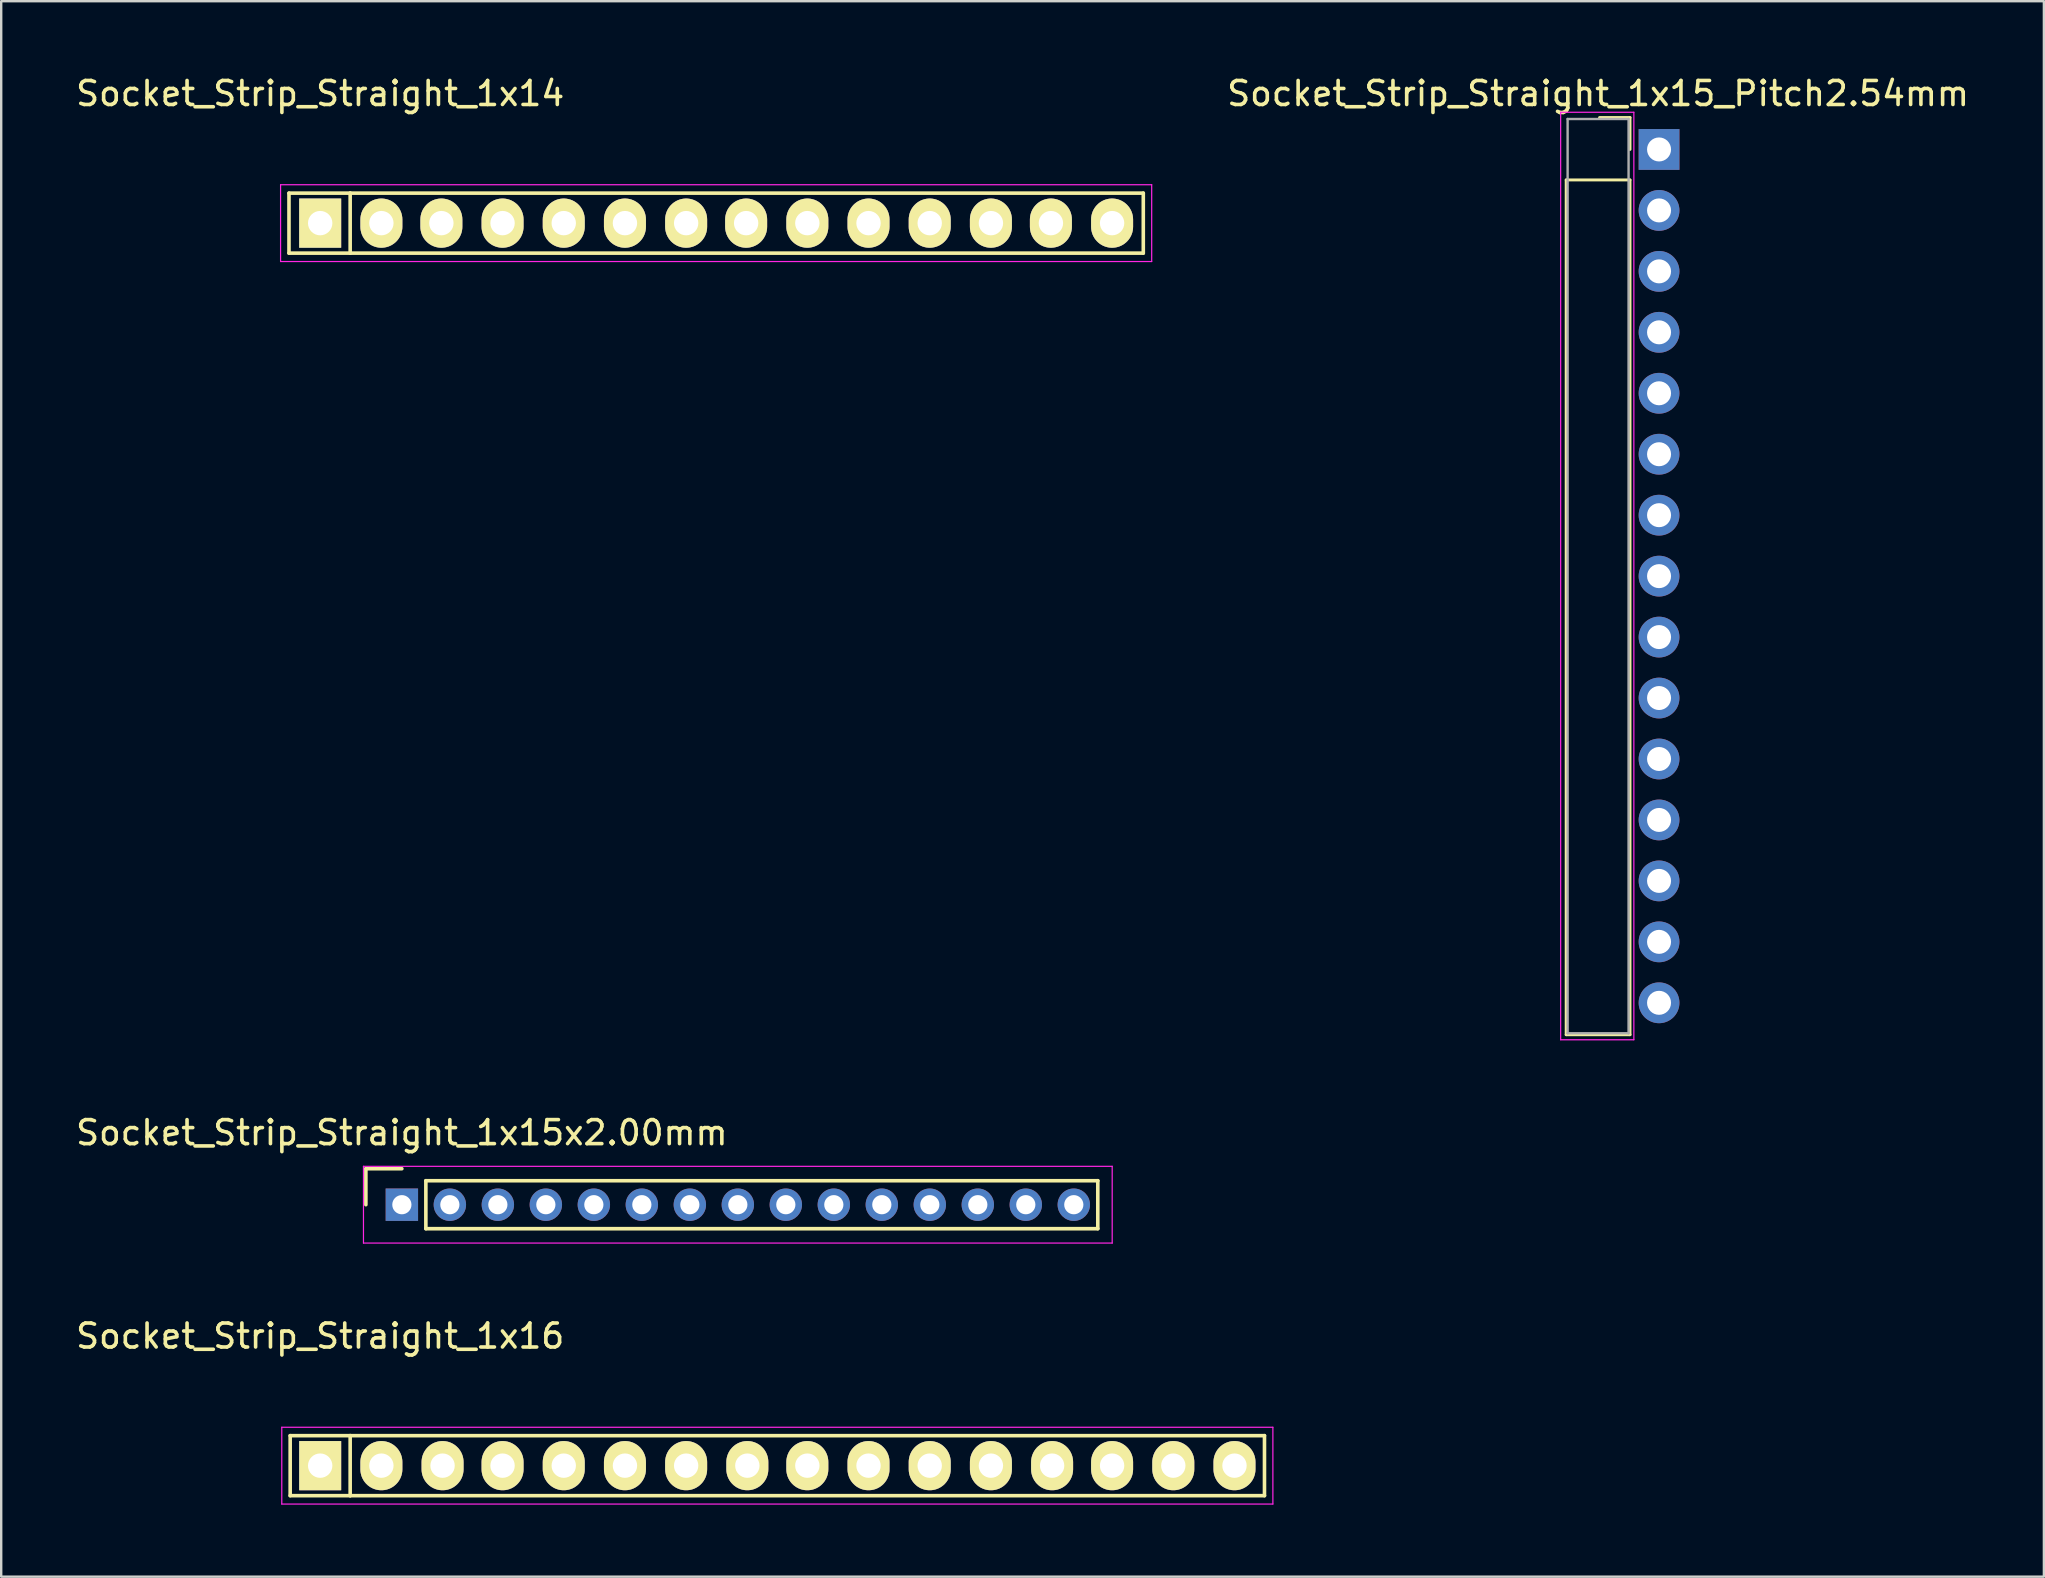
<source format=kicad_pcb>
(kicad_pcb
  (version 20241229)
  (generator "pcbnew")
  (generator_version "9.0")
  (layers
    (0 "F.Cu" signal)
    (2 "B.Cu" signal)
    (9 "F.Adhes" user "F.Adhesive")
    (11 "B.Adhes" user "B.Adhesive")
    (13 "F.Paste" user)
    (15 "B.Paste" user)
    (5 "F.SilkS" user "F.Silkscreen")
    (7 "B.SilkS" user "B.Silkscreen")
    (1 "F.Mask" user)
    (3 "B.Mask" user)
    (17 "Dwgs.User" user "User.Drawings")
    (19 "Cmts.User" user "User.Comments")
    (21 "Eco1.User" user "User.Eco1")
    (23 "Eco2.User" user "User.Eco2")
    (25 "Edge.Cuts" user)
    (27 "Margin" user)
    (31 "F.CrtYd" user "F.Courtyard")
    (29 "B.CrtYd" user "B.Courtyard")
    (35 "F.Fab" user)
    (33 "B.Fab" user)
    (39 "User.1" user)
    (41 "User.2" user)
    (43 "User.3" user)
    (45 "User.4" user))
  (footprint "Socket_Strip_Straight_1x14"
    (layer "F.Cu")
    (at 10.292 6.248)
    (property "Reference" "Socket_Strip_Straight_1x14" (at 0 -5.4 0) (layer "F.SilkS") (effects (font (size 1 1) (thickness 0.15))))
    (attr through_hole)
    (fp_line (start -1.3 -1.25) (end 1.25 -1.25) (stroke (width 0.15) (type solid)) (layer "F.SilkS"))
    (fp_line (start -1.3 1.25) (end -1.3 -1.25) (stroke (width 0.15) (type solid)) (layer "F.SilkS"))
    (fp_line (start -1.3 1.25) (end 1.25 1.25) (stroke (width 0.15) (type solid)) (layer "F.SilkS"))
    (fp_line (start 1.25 -1.25) (end 34.3 -1.25) (stroke (width 0.15) (type solid)) (layer "F.SilkS"))
    (fp_line (start 1.25 1.25) (end 1.25 -1.25) (stroke (width 0.15) (type solid)) (layer "F.SilkS"))
    (fp_line (start 34.3 -1.25) (end 34.3 1.25) (stroke (width 0.15) (type solid)) (layer "F.SilkS"))
    (fp_line (start 34.3 1.25) (end 1.25 1.25) (stroke (width 0.15) (type solid)) (layer "F.SilkS"))
    (fp_line (start -1.65 -1.6) (end -1.65 1.6) (stroke (width 0.05) (type solid)) (layer "F.CrtYd"))
    (fp_line (start -1.65 -1.6) (end 34.65 -1.6) (stroke (width 0.05) (type solid)) (layer "F.CrtYd"))
    (fp_line (start -1.65 1.6) (end 34.65 1.6) (stroke (width 0.05) (type solid)) (layer "F.CrtYd"))
    (fp_line (start 34.65 -1.6) (end 34.65 1.6) (stroke (width 0.05) (type solid)) (layer "F.CrtYd"))
    (pad "1" thru_hole rect (at 0 0) (size 1.75 2.05) (drill 1.016) (layers "*.Cu" "*.Mask" "F.SilkS"))
    (pad "2" thru_hole oval (at 2.55 0) (size 1.75 2.05) (drill 1.016) (layers "*.Cu" "*.Mask" "F.SilkS"))
    (pad "3" thru_hole oval (at 5.05 0) (size 1.75 2.05) (drill 1.016) (layers "*.Cu" "*.Mask" "F.SilkS"))
    (pad "4" thru_hole oval (at 7.6 0) (size 1.75 2.05) (drill 1.016) (layers "*.Cu" "*.Mask" "F.SilkS"))
    (pad "5" thru_hole oval (at 10.15 0) (size 1.75 2.05) (drill 1.016) (layers "*.Cu" "*.Mask" "F.SilkS"))
    (pad "6" thru_hole oval (at 12.7 0) (size 1.75 2.05) (drill 1.016) (layers "*.Cu" "*.Mask" "F.SilkS"))
    (pad "7" thru_hole oval (at 15.25 0) (size 1.75 2.05) (drill 1.016) (layers "*.Cu" "*.Mask" "F.SilkS"))
    (pad "8" thru_hole oval (at 17.75 0) (size 1.75 2.05) (drill 1.016) (layers "*.Cu" "*.Mask" "F.SilkS"))
    (pad "9" thru_hole oval (at 20.3 0) (size 1.75 2.05) (drill 1.016) (layers "*.Cu" "*.Mask" "F.SilkS"))
    (pad "10" thru_hole oval (at 22.85 0) (size 1.75 2.05) (drill 1.016) (layers "*.Cu" "*.Mask" "F.SilkS"))
    (pad "11" thru_hole oval (at 25.4 0) (size 1.75 2.05) (drill 1.016) (layers "*.Cu" "*.Mask" "F.SilkS"))
    (pad "12" thru_hole oval (at 27.95 0) (size 1.75 2.05) (drill 1.016) (layers "*.Cu" "*.Mask" "F.SilkS"))
    (pad "13" thru_hole oval (at 30.45 0) (size 1.75 2.05) (drill 1.016) (layers "*.Cu" "*.Mask" "F.SilkS"))
    (pad "14" thru_hole oval (at 33 0) (size 1.75 2.05) (drill 1.016) (layers "*.Cu" "*.Mask" "F.SilkS")))
  (footprint "Socket_Strip_Straight_1x15x2.00mm"
    (layer "F.Cu")
    (at 13.696 47.151)
    (property "Reference" "Socket_Strip_Straight_1x15x2.00mm" (at 0 -3 0) (layer "F.SilkS") (effects (font (size 1 1) (thickness 0.15))))
    (attr through_hole)
    (fp_line (start -1.5 -1.5) (end -1.5 0) (stroke (width 0.15) (type solid)) (layer "F.SilkS"))
    (fp_line (start 0 -1.5) (end -1.5 -1.5) (stroke (width 0.15) (type solid)) (layer "F.SilkS"))
    (fp_line (start 1 -1) (end 1 1) (stroke (width 0.15) (type solid)) (layer "F.SilkS"))
    (fp_line (start 1 1) (end 29 1) (stroke (width 0.15) (type solid)) (layer "F.SilkS"))
    (fp_line (start 29 -1) (end 1 -1) (stroke (width 0.15) (type solid)) (layer "F.SilkS"))
    (fp_line (start 29 1) (end 29 -1) (stroke (width 0.15) (type solid)) (layer "F.SilkS"))
    (fp_line (start -1.6 -1.6) (end -1.6 1.6) (stroke (width 0.05) (type solid)) (layer "F.CrtYd"))
    (fp_line (start -1.6 1.6) (end 29.6 1.6) (stroke (width 0.05) (type solid)) (layer "F.CrtYd"))
    (fp_line (start 29.6 -1.6) (end -1.6 -1.6) (stroke (width 0.05) (type solid)) (layer "F.CrtYd"))
    (fp_line (start 29.6 1.6) (end 29.6 -1.6) (stroke (width 0.05) (type solid)) (layer "F.CrtYd"))
    (pad "1" thru_hole rect (at 0 0) (size 1.35 1.35) (drill 0.8) (layers "*.Cu" "*.Mask"))
    (pad "2" thru_hole circle (at 2 0) (size 1.35 1.35) (drill 0.8) (layers "*.Cu" "*.Mask"))
    (pad "3" thru_hole circle (at 4 0) (size 1.35 1.35) (drill 0.8) (layers "*.Cu" "*.Mask"))
    (pad "4" thru_hole circle (at 6 0) (size 1.35 1.35) (drill 0.8) (layers "*.Cu" "*.Mask"))
    (pad "5" thru_hole circle (at 8 0) (size 1.35 1.35) (drill 0.8) (layers "*.Cu" "*.Mask"))
    (pad "6" thru_hole circle (at 10 0) (size 1.35 1.35) (drill 0.8) (layers "*.Cu" "*.Mask"))
    (pad "7" thru_hole circle (at 12 0) (size 1.35 1.35) (drill 0.8) (layers "*.Cu" "*.Mask"))
    (pad "8" thru_hole circle (at 14 0) (size 1.35 1.35) (drill 0.8) (layers "*.Cu" "*.Mask"))
    (pad "9" thru_hole circle (at 16 0) (size 1.35 1.35) (drill 0.8) (layers "*.Cu" "*.Mask"))
    (pad "10" thru_hole circle (at 18 0) (size 1.35 1.35) (drill 0.8) (layers "*.Cu" "*.Mask"))
    (pad "11" thru_hole circle (at 20 0) (size 1.35 1.35) (drill 0.8) (layers "*.Cu" "*.Mask"))
    (pad "12" thru_hole circle (at 22 0) (size 1.35 1.35) (drill 0.8) (layers "*.Cu" "*.Mask"))
    (pad "13" thru_hole circle (at 24 0) (size 1.35 1.35) (drill 0.8) (layers "*.Cu" "*.Mask"))
    (pad "14" thru_hole circle (at 26 0) (size 1.35 1.35) (drill 0.8) (layers "*.Cu" "*.Mask"))
    (pad "15" thru_hole circle (at 28 0) (size 1.35 1.35) (drill 0.8) (layers "*.Cu" "*.Mask")))
  (footprint "Socket_Strip_Straight_1x16"
    (layer "F.Cu")
    (at 10.292 58.025)
    (property "Reference" "Socket_Strip_Straight_1x16" (at 0 -5.4 0) (layer "F.SilkS") (effects (font (size 1 1) (thickness 0.15))))
    (attr through_hole)
    (fp_line (start -1.25 -1.25) (end 1.25 -1.25) (stroke (width 0.15) (type solid)) (layer "F.SilkS"))
    (fp_line (start -1.25 1.25) (end -1.25 -1.25) (stroke (width 0.15) (type solid)) (layer "F.SilkS"))
    (fp_line (start -1.25 1.25) (end 1.25 1.25) (stroke (width 0.15) (type solid)) (layer "F.SilkS"))
    (fp_line (start 1.25 -1.25) (end 39.35 -1.25) (stroke (width 0.15) (type solid)) (layer "F.SilkS"))
    (fp_line (start 1.25 1.25) (end 1.25 -1.25) (stroke (width 0.15) (type solid)) (layer "F.SilkS"))
    (fp_line (start 39.35 -1.25) (end 39.35 1.25) (stroke (width 0.15) (type solid)) (layer "F.SilkS"))
    (fp_line (start 39.35 1.25) (end 1.25 1.25) (stroke (width 0.15) (type solid)) (layer "F.SilkS"))
    (fp_line (start -1.6 -1.6) (end -1.6 1.6) (stroke (width 0.05) (type solid)) (layer "F.CrtYd"))
    (fp_line (start -1.6 -1.6) (end 39.7 -1.6) (stroke (width 0.05) (type solid)) (layer "F.CrtYd"))
    (fp_line (start -1.6 1.6) (end 39.7 1.6) (stroke (width 0.05) (type solid)) (layer "F.CrtYd"))
    (fp_line (start 39.7 -1.6) (end 39.7 1.6) (stroke (width 0.05) (type solid)) (layer "F.CrtYd"))
    (pad "1" thru_hole rect (at 0 0) (size 1.75 2.05) (drill 1.016) (layers "*.Cu" "*.Mask" "F.SilkS"))
    (pad "2" thru_hole oval (at 2.55 0) (size 1.75 2.05) (drill 1.016) (layers "*.Cu" "*.Mask" "F.SilkS"))
    (pad "3" thru_hole oval (at 5.1 0) (size 1.75 2.05) (drill 1.016) (layers "*.Cu" "*.Mask" "F.SilkS"))
    (pad "4" thru_hole oval (at 7.6 0) (size 1.75 2.05) (drill 1.016) (layers "*.Cu" "*.Mask" "F.SilkS"))
    (pad "5" thru_hole oval (at 10.15 0) (size 1.75 2.05) (drill 1.016) (layers "*.Cu" "*.Mask" "F.SilkS"))
    (pad "6" thru_hole oval (at 12.7 0) (size 1.75 2.05) (drill 1.016) (layers "*.Cu" "*.Mask" "F.SilkS"))
    (pad "7" thru_hole oval (at 15.25 0) (size 1.75 2.05) (drill 1.016) (layers "*.Cu" "*.Mask" "F.SilkS"))
    (pad "8" thru_hole oval (at 17.8 0) (size 1.75 2.05) (drill 1.016) (layers "*.Cu" "*.Mask" "F.SilkS"))
    (pad "9" thru_hole oval (at 20.3 0) (size 1.75 2.05) (drill 1.016) (layers "*.Cu" "*.Mask" "F.SilkS"))
    (pad "10" thru_hole oval (at 22.85 0) (size 1.75 2.05) (drill 1.016) (layers "*.Cu" "*.Mask" "F.SilkS"))
    (pad "11" thru_hole oval (at 25.4 0) (size 1.75 2.05) (drill 1.016) (layers "*.Cu" "*.Mask" "F.SilkS"))
    (pad "12" thru_hole oval (at 27.95 0) (size 1.75 2.05) (drill 1.016) (layers "*.Cu" "*.Mask" "F.SilkS"))
    (pad "13" thru_hole oval (at 30.5 0) (size 1.75 2.05) (drill 1.016) (layers "*.Cu" "*.Mask" "F.SilkS"))
    (pad "14" thru_hole oval (at 33 0) (size 1.75 2.05) (drill 1.016) (layers "*.Cu" "*.Mask" "F.SilkS"))
    (pad "15" thru_hole oval (at 35.55 0) (size 1.75 2.05) (drill 1.016) (layers "*.Cu" "*.Mask" "F.SilkS"))
    (pad "16" thru_hole oval (at 38.1 0) (size 1.75 2.05) (drill 1.016) (layers "*.Cu" "*.Mask" "F.SilkS")))
  (footprint "Socket_Strip_Straight_1x15_Pitch2.54mm"
    (layer "F.Cu")
    (at 66.084 3.178)
    (property "Reference" "Socket_Strip_Straight_1x15_Pitch2.54mm" (at -2.54 -2.33 0) (layer "F.SilkS") (effects (font (size 1 1) (thickness 0.15))))
    (attr through_hole)
    (fp_line (start -3.87 1.27) (end -3.87 36.89) (stroke (width 0.12) (type solid)) (layer "F.SilkS"))
    (fp_line (start -3.87 36.89) (end -1.21 36.89) (stroke (width 0.12) (type solid)) (layer "F.SilkS"))
    (fp_line (start -1.21 -1.33) (end -2.48 -1.33) (stroke (width 0.12) (type solid)) (layer "F.SilkS"))
    (fp_line (start -1.21 0) (end -1.21 -1.33) (stroke (width 0.12) (type solid)) (layer "F.SilkS"))
    (fp_line (start -1.21 1.27) (end -3.87 1.27) (stroke (width 0.12) (type solid)) (layer "F.SilkS"))
    (fp_line (start -1.21 36.89) (end -1.21 1.27) (stroke (width 0.12) (type solid)) (layer "F.SilkS"))
    (fp_line (start -4.1 -1.55) (end -4.1 37.1) (stroke (width 0.05) (type solid)) (layer "F.CrtYd"))
    (fp_line (start -4.1 37.1) (end -1.05 37.1) (stroke (width 0.05) (type solid)) (layer "F.CrtYd"))
    (fp_line (start -1.05 -1.55) (end -4.1 -1.55) (stroke (width 0.05) (type solid)) (layer "F.CrtYd"))
    (fp_line (start -1.05 37.1) (end -1.05 -1.55) (stroke (width 0.05) (type solid)) (layer "F.CrtYd"))
    (fp_line (start -3.81 -1.27) (end -3.81 36.83) (stroke (width 0.1) (type solid)) (layer "F.Fab"))
    (fp_line (start -3.81 36.83) (end -1.27 36.83) (stroke (width 0.1) (type solid)) (layer "F.Fab"))
    (fp_line (start -1.27 -1.27) (end -3.81 -1.27) (stroke (width 0.1) (type solid)) (layer "F.Fab"))
    (fp_line (start -1.27 36.83) (end -1.27 -1.27) (stroke (width 0.1) (type solid)) (layer "F.Fab"))
    (pad "1" thru_hole rect (at 0 0) (size 1.7 1.7) (drill 1) (layers "*.Cu" "*.Mask"))
    (pad "2" thru_hole oval (at 0 2.54) (size 1.7 1.7) (drill 1) (layers "*.Cu" "*.Mask"))
    (pad "3" thru_hole oval (at 0 5.08) (size 1.7 1.7) (drill 1) (layers "*.Cu" "*.Mask"))
    (pad "4" thru_hole oval (at 0 7.62) (size 1.7 1.7) (drill 1) (layers "*.Cu" "*.Mask"))
    (pad "5" thru_hole oval (at 0 10.16) (size 1.7 1.7) (drill 1) (layers "*.Cu" "*.Mask"))
    (pad "6" thru_hole oval (at 0 12.7) (size 1.7 1.7) (drill 1) (layers "*.Cu" "*.Mask"))
    (pad "7" thru_hole oval (at 0 15.24) (size 1.7 1.7) (drill 1) (layers "*.Cu" "*.Mask"))
    (pad "8" thru_hole oval (at 0 17.78) (size 1.7 1.7) (drill 1) (layers "*.Cu" "*.Mask"))
    (pad "9" thru_hole oval (at 0 20.32) (size 1.7 1.7) (drill 1) (layers "*.Cu" "*.Mask"))
    (pad "10" thru_hole oval (at 0 22.86) (size 1.7 1.7) (drill 1) (layers "*.Cu" "*.Mask"))
    (pad "11" thru_hole oval (at 0 25.4) (size 1.7 1.7) (drill 1) (layers "*.Cu" "*.Mask"))
    (pad "12" thru_hole oval (at 0 27.94) (size 1.7 1.7) (drill 1) (layers "*.Cu" "*.Mask"))
    (pad "13" thru_hole oval (at 0 30.48) (size 1.7 1.7) (drill 1) (layers "*.Cu" "*.Mask"))
    (pad "14" thru_hole oval (at 0 33.02) (size 1.7 1.7) (drill 1) (layers "*.Cu" "*.Mask"))
    (pad "15" thru_hole oval (at 0 35.56) (size 1.7 1.7) (drill 1) (layers "*.Cu" "*.Mask")))
  (gr_rect
    (start -3 -3)
    (end 82.121 62.65)
    (stroke (width 0.1) (type default))
    (fill no)
    (layer "Edge.Cuts")))
</source>
